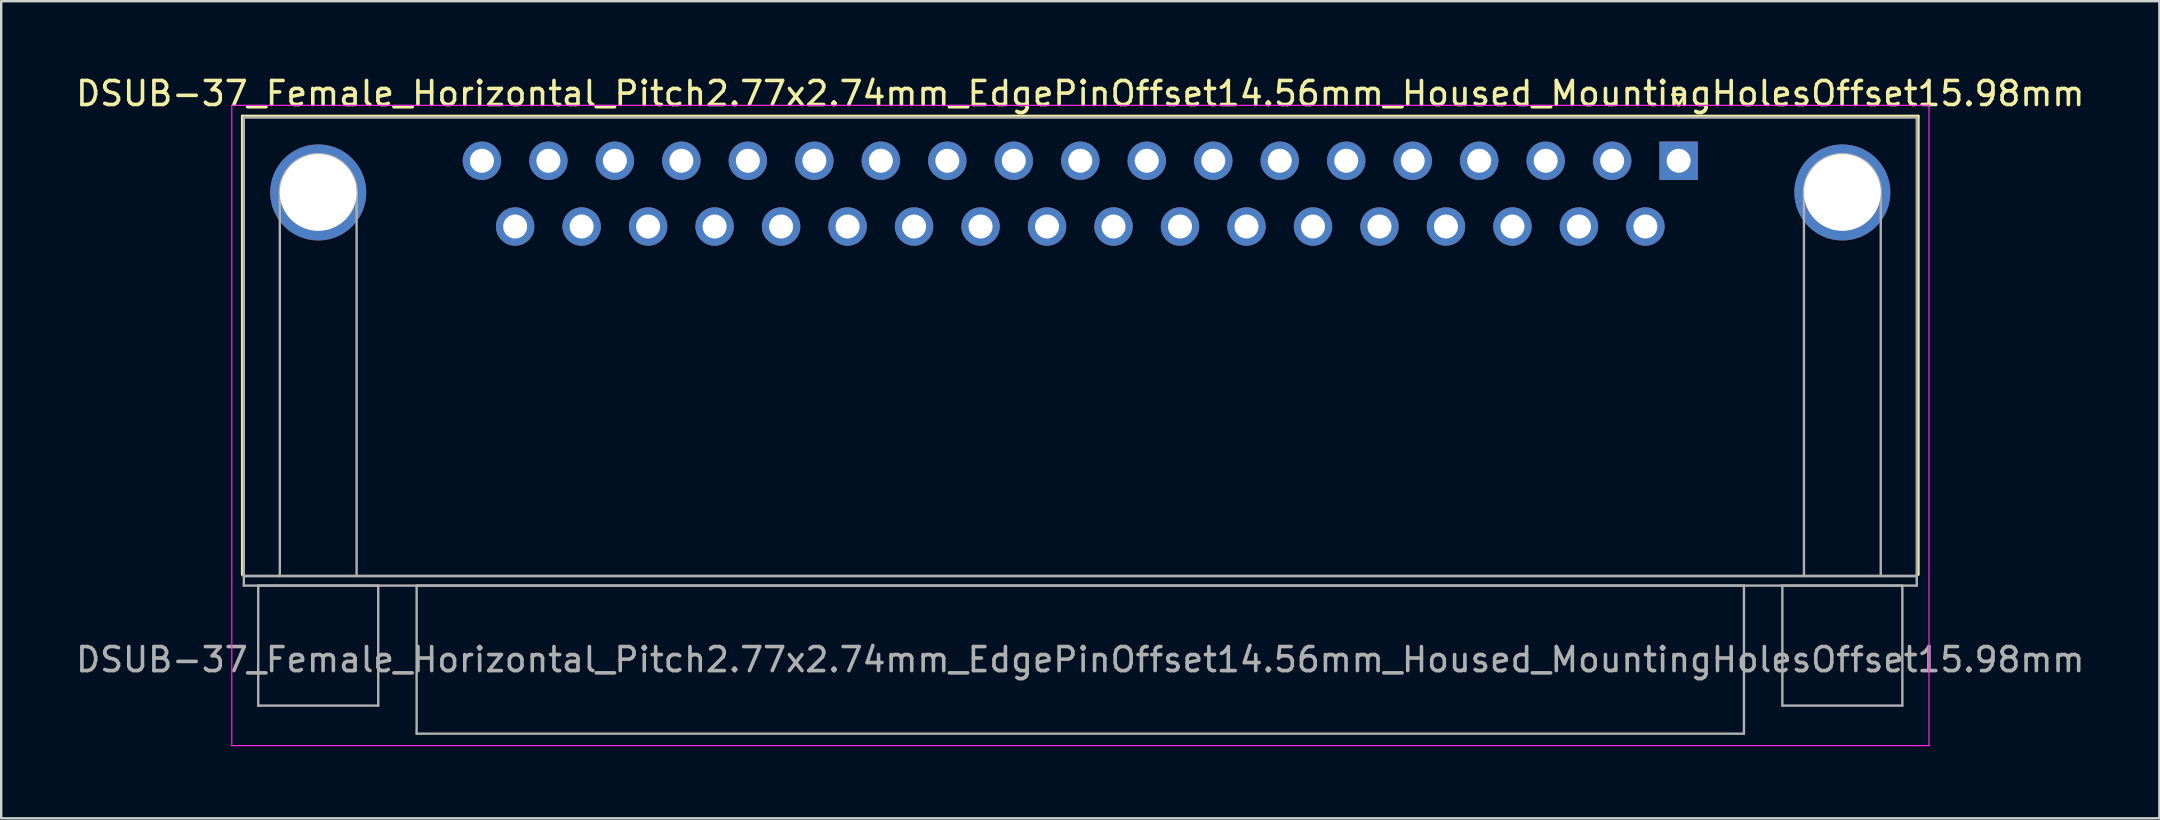
<source format=kicad_pcb>
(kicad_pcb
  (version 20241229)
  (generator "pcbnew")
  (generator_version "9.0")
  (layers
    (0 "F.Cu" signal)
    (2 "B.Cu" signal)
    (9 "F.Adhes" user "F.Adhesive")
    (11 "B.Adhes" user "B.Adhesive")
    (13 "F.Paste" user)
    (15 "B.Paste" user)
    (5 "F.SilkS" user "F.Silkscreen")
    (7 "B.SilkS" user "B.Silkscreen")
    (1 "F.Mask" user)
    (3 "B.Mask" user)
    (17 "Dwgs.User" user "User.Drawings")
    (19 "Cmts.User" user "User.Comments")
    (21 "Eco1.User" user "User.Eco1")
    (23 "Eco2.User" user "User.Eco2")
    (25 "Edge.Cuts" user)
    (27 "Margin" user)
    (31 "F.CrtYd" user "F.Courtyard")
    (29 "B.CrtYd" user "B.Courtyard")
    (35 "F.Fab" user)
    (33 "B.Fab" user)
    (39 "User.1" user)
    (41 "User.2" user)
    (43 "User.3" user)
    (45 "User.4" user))
  (footprint "DSUB-37_Female_Horizontal_Pitch2.77x2.74mm_EdgePinOffset14.56mm_Housed_MountingHolesOffset15.98mm"
    (layer "F.Cu")
    (at 66.888 3.648)
    (property "Reference" "DSUB-37_Female_Horizontal_Pitch2.77x2.74mm_EdgePinOffset14.56mm_Housed_MountingHolesOffset15.98mm" (at -24.93 -2.8 0) (layer "F.SilkS") (effects (font (size 1 1) (thickness 0.15))))
    (attr through_hole)
    (fp_line (start -59.84 -1.86) (end 9.98 -1.86) (stroke (width 0.12) (type solid)) (layer "F.SilkS"))
    (fp_line (start -59.84 17.24) (end -59.84 -1.86) (stroke (width 0.12) (type solid)) (layer "F.SilkS"))
    (fp_line (start -0.25 -2.754) (end 0.25 -2.754) (stroke (width 0.12) (type solid)) (layer "F.SilkS"))
    (fp_line (start 0 -2.321) (end -0.25 -2.754) (stroke (width 0.12) (type solid)) (layer "F.SilkS"))
    (fp_line (start 0.25 -2.754) (end 0 -2.321) (stroke (width 0.12) (type solid)) (layer "F.SilkS"))
    (fp_line (start 9.98 -1.86) (end 9.98 17.24) (stroke (width 0.12) (type solid)) (layer "F.SilkS"))
    (fp_line (start -60.28 -2.31) (end -60.28 24.37) (stroke (width 0.05) (type solid)) (layer "F.CrtYd"))
    (fp_line (start -60.28 24.37) (end 10.43 24.37) (stroke (width 0.05) (type solid)) (layer "F.CrtYd"))
    (fp_line (start 10.43 -2.31) (end -60.28 -2.31) (stroke (width 0.05) (type solid)) (layer "F.CrtYd"))
    (fp_line (start 10.43 24.37) (end 10.43 -2.31) (stroke (width 0.05) (type solid)) (layer "F.CrtYd"))
    (fp_line (start -59.78 -1.8) (end -59.78 17.3) (stroke (width 0.1) (type solid)) (layer "F.Fab"))
    (fp_line (start -59.78 17.3) (end -59.78 17.7) (stroke (width 0.1) (type solid)) (layer "F.Fab"))
    (fp_line (start -59.78 17.3) (end 9.92 17.3) (stroke (width 0.1) (type solid)) (layer "F.Fab"))
    (fp_line (start -59.78 17.7) (end 9.92 17.7) (stroke (width 0.1) (type solid)) (layer "F.Fab"))
    (fp_line (start -59.18 17.7) (end -59.18 22.7) (stroke (width 0.1) (type solid)) (layer "F.Fab"))
    (fp_line (start -59.18 22.7) (end -54.18 22.7) (stroke (width 0.1) (type solid)) (layer "F.Fab"))
    (fp_line (start -58.28 17.3) (end -58.28 1.32) (stroke (width 0.1) (type solid)) (layer "F.Fab"))
    (fp_line (start -55.08 17.3) (end -55.08 1.32) (stroke (width 0.1) (type solid)) (layer "F.Fab"))
    (fp_line (start -54.18 17.7) (end -59.18 17.7) (stroke (width 0.1) (type solid)) (layer "F.Fab"))
    (fp_line (start -54.18 22.7) (end -54.18 17.7) (stroke (width 0.1) (type solid)) (layer "F.Fab"))
    (fp_line (start -52.58 17.7) (end -52.58 23.87) (stroke (width 0.1) (type solid)) (layer "F.Fab"))
    (fp_line (start -52.58 23.87) (end 2.72 23.87) (stroke (width 0.1) (type solid)) (layer "F.Fab"))
    (fp_line (start 2.72 17.7) (end -52.58 17.7) (stroke (width 0.1) (type solid)) (layer "F.Fab"))
    (fp_line (start 2.72 23.87) (end 2.72 17.7) (stroke (width 0.1) (type solid)) (layer "F.Fab"))
    (fp_line (start 4.32 17.7) (end 4.32 22.7) (stroke (width 0.1) (type solid)) (layer "F.Fab"))
    (fp_line (start 4.32 22.7) (end 9.32 22.7) (stroke (width 0.1) (type solid)) (layer "F.Fab"))
    (fp_line (start 5.22 17.3) (end 5.22 1.32) (stroke (width 0.1) (type solid)) (layer "F.Fab"))
    (fp_line (start 8.42 17.3) (end 8.42 1.32) (stroke (width 0.1) (type solid)) (layer "F.Fab"))
    (fp_line (start 9.32 17.7) (end 4.32 17.7) (stroke (width 0.1) (type solid)) (layer "F.Fab"))
    (fp_line (start 9.32 22.7) (end 9.32 17.7) (stroke (width 0.1) (type solid)) (layer "F.Fab"))
    (fp_line (start 9.92 -1.8) (end -59.78 -1.8) (stroke (width 0.1) (type solid)) (layer "F.Fab"))
    (fp_line (start 9.92 17.3) (end -59.78 17.3) (stroke (width 0.1) (type solid)) (layer "F.Fab"))
    (fp_line (start 9.92 17.3) (end 9.92 -1.8) (stroke (width 0.1) (type solid)) (layer "F.Fab"))
    (fp_line (start 9.92 17.7) (end 9.92 17.3) (stroke (width 0.1) (type solid)) (layer "F.Fab"))
    (fp_arc (start -58.28 1.32) (mid -56.68 -0.28) (end -55.08 1.32) (stroke (width 0.1) (type solid)) (layer "F.Fab"))
    (fp_arc (start 5.22 1.32) (mid 6.82 -0.28) (end 8.42 1.32) (stroke (width 0.1) (type solid)) (layer "F.Fab"))
    (fp_text user "${REFERENCE}" (at -24.93 20.785 0) (layer "F.Fab") (effects (font (size 1 1) (thickness 0.15))))
    (pad "0" thru_hole circle (at -56.68 1.32) (size 4 4) (drill 3.2) (layers "*.Cu" "*.Mask"))
    (pad "0" thru_hole circle (at 6.82 1.32) (size 4 4) (drill 3.2) (layers "*.Cu" "*.Mask"))
    (pad "1" thru_hole rect (at 0 0) (size 1.6 1.6) (drill 1) (layers "*.Cu" "*.Mask"))
    (pad "2" thru_hole circle (at -2.77 0) (size 1.6 1.6) (drill 1) (layers "*.Cu" "*.Mask"))
    (pad "3" thru_hole circle (at -5.54 0) (size 1.6 1.6) (drill 1) (layers "*.Cu" "*.Mask"))
    (pad "4" thru_hole circle (at -8.31 0) (size 1.6 1.6) (drill 1) (layers "*.Cu" "*.Mask"))
    (pad "5" thru_hole circle (at -11.08 0) (size 1.6 1.6) (drill 1) (layers "*.Cu" "*.Mask"))
    (pad "6" thru_hole circle (at -13.85 0) (size 1.6 1.6) (drill 1) (layers "*.Cu" "*.Mask"))
    (pad "7" thru_hole circle (at -16.62 0) (size 1.6 1.6) (drill 1) (layers "*.Cu" "*.Mask"))
    (pad "8" thru_hole circle (at -19.39 0) (size 1.6 1.6) (drill 1) (layers "*.Cu" "*.Mask"))
    (pad "9" thru_hole circle (at -22.16 0) (size 1.6 1.6) (drill 1) (layers "*.Cu" "*.Mask"))
    (pad "10" thru_hole circle (at -24.93 0) (size 1.6 1.6) (drill 1) (layers "*.Cu" "*.Mask"))
    (pad "11" thru_hole circle (at -27.7 0) (size 1.6 1.6) (drill 1) (layers "*.Cu" "*.Mask"))
    (pad "12" thru_hole circle (at -30.47 0) (size 1.6 1.6) (drill 1) (layers "*.Cu" "*.Mask"))
    (pad "13" thru_hole circle (at -33.24 0) (size 1.6 1.6) (drill 1) (layers "*.Cu" "*.Mask"))
    (pad "14" thru_hole circle (at -36.01 0) (size 1.6 1.6) (drill 1) (layers "*.Cu" "*.Mask"))
    (pad "15" thru_hole circle (at -38.78 0) (size 1.6 1.6) (drill 1) (layers "*.Cu" "*.Mask"))
    (pad "16" thru_hole circle (at -41.55 0) (size 1.6 1.6) (drill 1) (layers "*.Cu" "*.Mask"))
    (pad "17" thru_hole circle (at -44.32 0) (size 1.6 1.6) (drill 1) (layers "*.Cu" "*.Mask"))
    (pad "18" thru_hole circle (at -47.09 0) (size 1.6 1.6) (drill 1) (layers "*.Cu" "*.Mask"))
    (pad "19" thru_hole circle (at -49.86 0) (size 1.6 1.6) (drill 1) (layers "*.Cu" "*.Mask"))
    (pad "20" thru_hole circle (at -1.385 2.74) (size 1.6 1.6) (drill 1) (layers "*.Cu" "*.Mask"))
    (pad "21" thru_hole circle (at -4.155 2.74) (size 1.6 1.6) (drill 1) (layers "*.Cu" "*.Mask"))
    (pad "22" thru_hole circle (at -6.925 2.74) (size 1.6 1.6) (drill 1) (layers "*.Cu" "*.Mask"))
    (pad "23" thru_hole circle (at -9.695 2.74) (size 1.6 1.6) (drill 1) (layers "*.Cu" "*.Mask"))
    (pad "24" thru_hole circle (at -12.465 2.74) (size 1.6 1.6) (drill 1) (layers "*.Cu" "*.Mask"))
    (pad "25" thru_hole circle (at -15.235 2.74) (size 1.6 1.6) (drill 1) (layers "*.Cu" "*.Mask"))
    (pad "26" thru_hole circle (at -18.005 2.74) (size 1.6 1.6) (drill 1) (layers "*.Cu" "*.Mask"))
    (pad "27" thru_hole circle (at -20.775 2.74) (size 1.6 1.6) (drill 1) (layers "*.Cu" "*.Mask"))
    (pad "28" thru_hole circle (at -23.545 2.74) (size 1.6 1.6) (drill 1) (layers "*.Cu" "*.Mask"))
    (pad "29" thru_hole circle (at -26.315 2.74) (size 1.6 1.6) (drill 1) (layers "*.Cu" "*.Mask"))
    (pad "30" thru_hole circle (at -29.085 2.74) (size 1.6 1.6) (drill 1) (layers "*.Cu" "*.Mask"))
    (pad "31" thru_hole circle (at -31.855 2.74) (size 1.6 1.6) (drill 1) (layers "*.Cu" "*.Mask"))
    (pad "32" thru_hole circle (at -34.625 2.74) (size 1.6 1.6) (drill 1) (layers "*.Cu" "*.Mask"))
    (pad "33" thru_hole circle (at -37.395 2.74) (size 1.6 1.6) (drill 1) (layers "*.Cu" "*.Mask"))
    (pad "34" thru_hole circle (at -40.165 2.74) (size 1.6 1.6) (drill 1) (layers "*.Cu" "*.Mask"))
    (pad "35" thru_hole circle (at -42.935 2.74) (size 1.6 1.6) (drill 1) (layers "*.Cu" "*.Mask"))
    (pad "36" thru_hole circle (at -45.705 2.74) (size 1.6 1.6) (drill 1) (layers "*.Cu" "*.Mask"))
    (pad "37" thru_hole circle (at -48.475 2.74) (size 1.6 1.6) (drill 1) (layers "*.Cu" "*.Mask")))
  (gr_rect
    (start -3 -3)
    (end 86.917 31.043)
    (stroke (width 0.1) (type default))
    (fill no)
    (layer "Edge.Cuts")))
</source>
